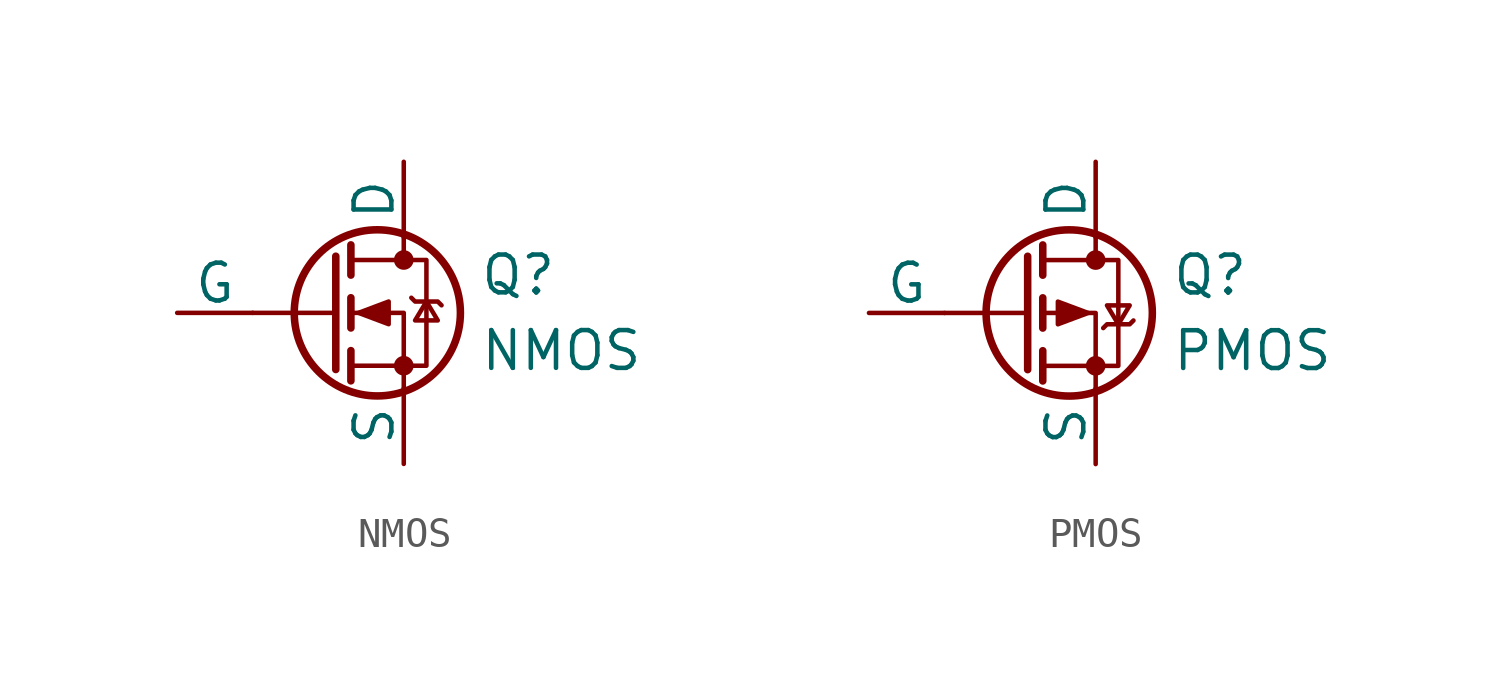
<source format=kicad_sym>
(kicad_symbol_lib
  (version 20220914)
  (generator kicad_symbol_editor)
  (symbol "NMOS"
    (pin_numbers hide)
    (pin_names
      (offset 0))
    (property "Reference" "Q"
      (at 5.08 1.27 0)
      (effects (font (size 1.27 1.27)) (justify left)))
    (property "Value" "NMOS"
      (at 5.08 -1.27 0)
      (effects (font (size 1.27 1.27)) (justify left)))
    (symbol "NMOS_0_1"
      (polyline (pts (xy 0.254 0) (xy -2.54 0)) (stroke (width 0) (type default)) (fill (type none)))
      (polyline (pts (xy 0.254 1.905) (xy 0.254 -1.905)) (stroke (width 0.254) (type default)) (fill (type none)))
      (polyline (pts (xy 0.762 -1.27) (xy 0.762 -2.286)) (stroke (width 0.254) (type default)) (fill (type none)))
      (polyline (pts (xy 0.762 0.508) (xy 0.762 -0.508)) (stroke (width 0.254) (type default)) (fill (type none)))
      (polyline (pts (xy 0.762 2.286) (xy 0.762 1.27)) (stroke (width 0.254) (type default)) (fill (type none)))
      (polyline (pts (xy 2.54 2.54) (xy 2.54 1.778)) (stroke (width 0) (type default)) (fill (type none)))
      (polyline (pts (xy 2.54 -2.54) (xy 2.54 0) (xy 0.762 0)) (stroke (width 0) (type default)) (fill (type none)))
      (polyline (pts (xy 0.762 -1.778) (xy 3.302 -1.778) (xy 3.302 1.778) (xy 0.762 1.778)) (stroke (width 0) (type default)) (fill (type none)))
      (polyline (pts (xy 1.016 0) (xy 2.032 0.381) (xy 2.032 -0.381) (xy 1.016 0)) (stroke (width 0) (type default)) (fill (type outline)))
      (polyline (pts (xy 2.794 0.508) (xy 2.921 0.381) (xy 3.683 0.381) (xy 3.81 0.254)) (stroke (width 0) (type default)) (fill (type none)))
      (polyline (pts (xy 3.302 0.381) (xy 2.921 -0.254) (xy 3.683 -0.254) (xy 3.302 0.381)) (stroke (width 0) (type default)) (fill (type none)))
      (circle (center 1.651 0) (radius 2.794) (stroke (width 0.254) (type default)) (fill (type none)))
      (circle (center 2.54 -1.778) (radius 0.254) (stroke (width 0) (type default)) (fill (type outline)))
      (circle (center 2.54 1.778) (radius 0.254) (stroke (width 0) (type default)) (fill (type outline))))
    (symbol "NMOS_1_1"
      (pin input line (at -5.08 0 0) (length 2.54) (name "G" (effects (font (size 1.27 1.27)))) (number "1" (effects (font (size 1.27 1.27)))))
      (pin passive line (at 2.54 -5.08 90) (length 2.54) (name "S" (effects (font (size 1.27 1.27)))) (number "2" (effects (font (size 1.27 1.27)))))
      (pin passive line (at 2.54 5.08 270) (length 2.54) (name "D" (effects (font (size 1.27 1.27)))) (number "3" (effects (font (size 1.27 1.27)))))))
  (symbol "PMOS"
    (pin_numbers hide)
    (pin_names
      (offset 0))
    (property "Reference" "Q"
      (at 5.08 1.27 0)
      (effects (font (size 1.27 1.27)) (justify left)))
    (property "Value" "PMOS"
      (at 5.08 -1.27 0)
      (effects (font (size 1.27 1.27)) (justify left)))
    (symbol "PMOS_0_1"
      (polyline (pts (xy 0.254 0) (xy -2.54 0)) (stroke (width 0) (type default)) (fill (type none)))
      (polyline (pts (xy 0.254 1.905) (xy 0.254 -1.905)) (stroke (width 0.254) (type default)) (fill (type none)))
      (polyline (pts (xy 0.762 -1.27) (xy 0.762 -2.286)) (stroke (width 0.254) (type default)) (fill (type none)))
      (polyline (pts (xy 0.762 0.508) (xy 0.762 -0.508)) (stroke (width 0.254) (type default)) (fill (type none)))
      (polyline (pts (xy 0.762 2.286) (xy 0.762 1.27)) (stroke (width 0.254) (type default)) (fill (type none)))
      (polyline (pts (xy 2.54 2.54) (xy 2.54 1.778)) (stroke (width 0) (type default)) (fill (type none)))
      (polyline (pts (xy 2.54 -2.54) (xy 2.54 0) (xy 0.762 0)) (stroke (width 0) (type default)) (fill (type none)))
      (polyline (pts (xy 0.762 1.778) (xy 3.302 1.778) (xy 3.302 -1.778) (xy 0.762 -1.778)) (stroke (width 0) (type default)) (fill (type none)))
      (polyline (pts (xy 2.286 0) (xy 1.27 0.381) (xy 1.27 -0.381) (xy 2.286 0)) (stroke (width 0) (type default)) (fill (type outline)))
      (polyline (pts (xy 2.794 -0.508) (xy 2.921 -0.381) (xy 3.683 -0.381) (xy 3.81 -0.254)) (stroke (width 0) (type default)) (fill (type none)))
      (polyline (pts (xy 3.302 -0.381) (xy 2.921 0.254) (xy 3.683 0.254) (xy 3.302 -0.381)) (stroke (width 0) (type default)) (fill (type none)))
      (circle (center 1.651 0) (radius 2.794) (stroke (width 0.254) (type default)) (fill (type none)))
      (circle (center 2.54 -1.778) (radius 0.254) (stroke (width 0) (type default)) (fill (type outline)))
      (circle (center 2.54 1.778) (radius 0.254) (stroke (width 0) (type default)) (fill (type outline))))
    (symbol "PMOS_1_1"
      (pin input line (at -5.08 0 0) (length 2.54) (name "G" (effects (font (size 1.27 1.27)))) (number "1" (effects (font (size 1.27 1.27)))))
      (pin passive line (at 2.54 -5.08 90) (length 2.54) (name "S" (effects (font (size 1.27 1.27)))) (number "2" (effects (font (size 1.27 1.27)))))
      (pin passive line (at 2.54 5.08 270) (length 2.54) (name "D" (effects (font (size 1.27 1.27)))) (number "3" (effects (font (size 1.27 1.27))))))))
</source>
